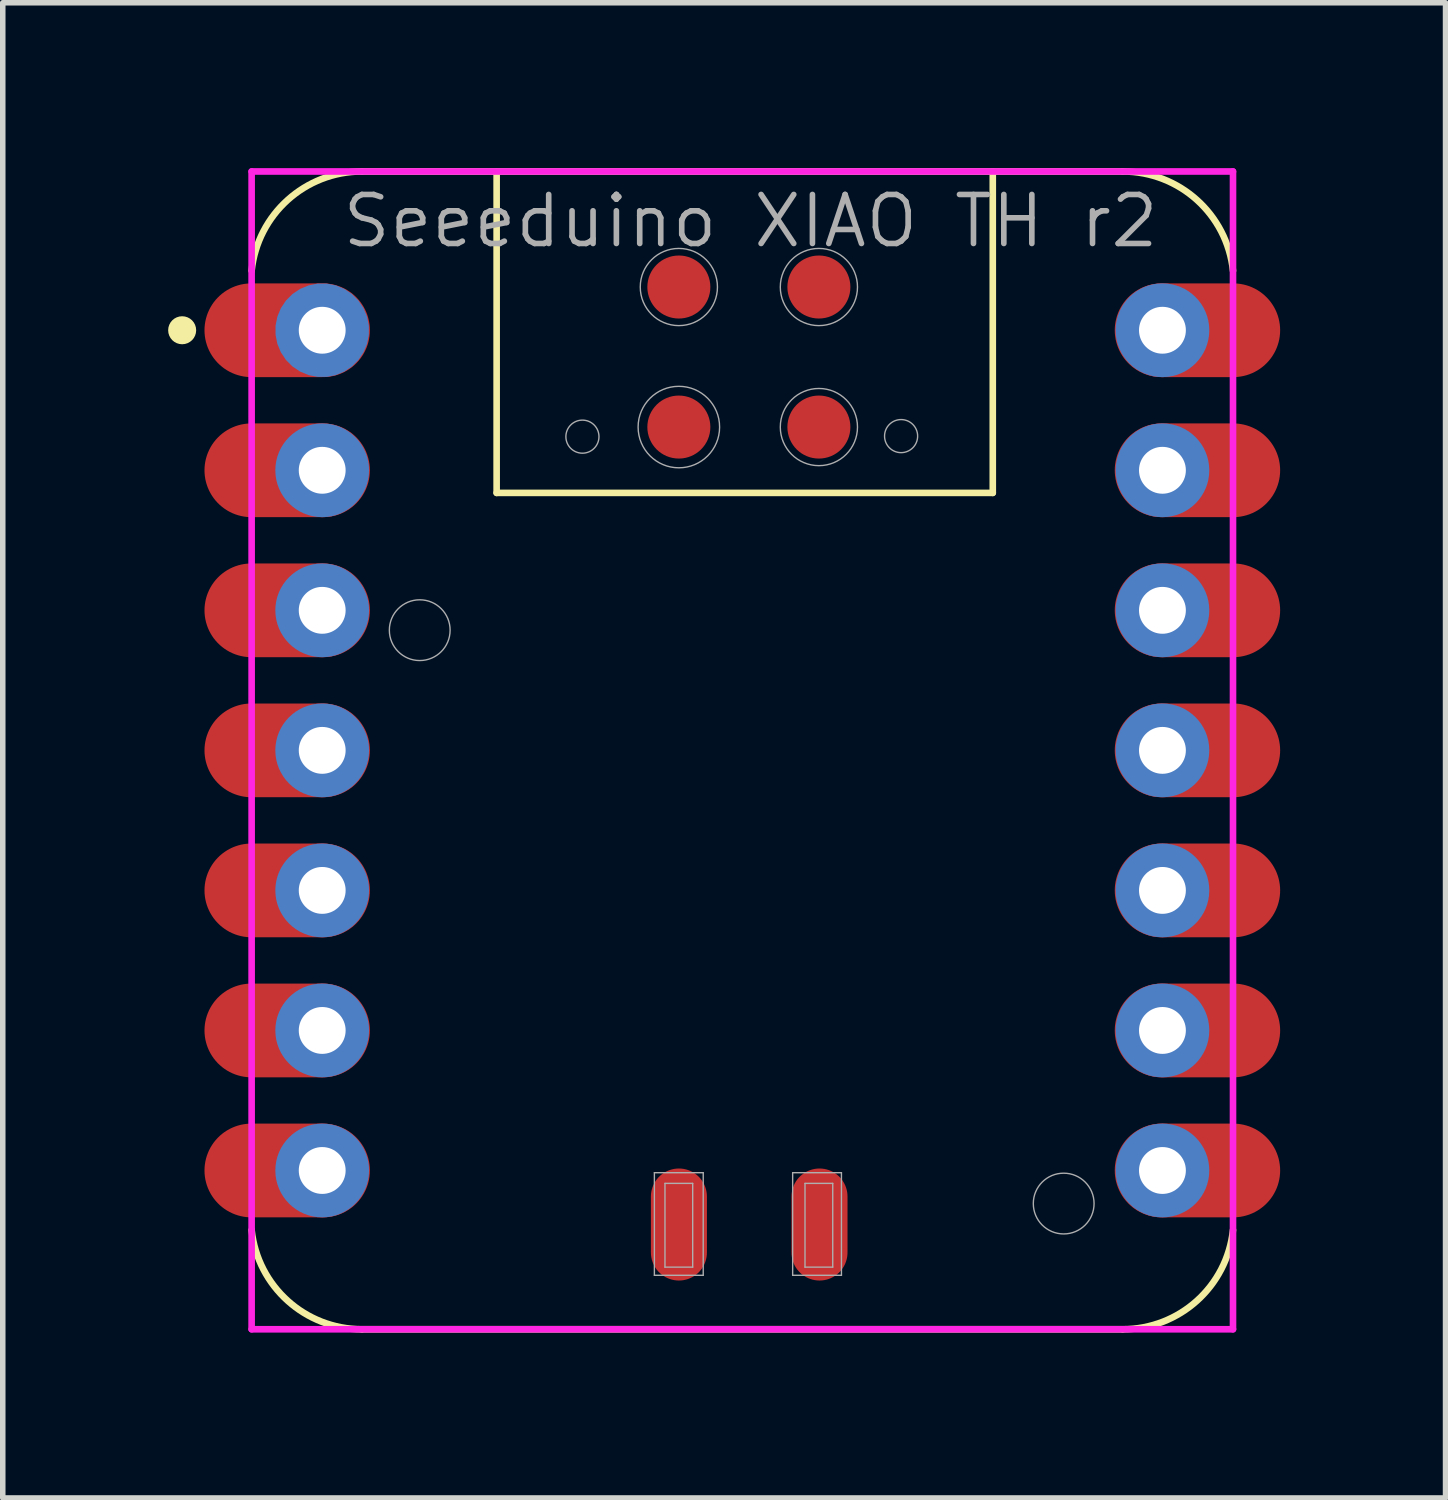
<source format=kicad_pcb>
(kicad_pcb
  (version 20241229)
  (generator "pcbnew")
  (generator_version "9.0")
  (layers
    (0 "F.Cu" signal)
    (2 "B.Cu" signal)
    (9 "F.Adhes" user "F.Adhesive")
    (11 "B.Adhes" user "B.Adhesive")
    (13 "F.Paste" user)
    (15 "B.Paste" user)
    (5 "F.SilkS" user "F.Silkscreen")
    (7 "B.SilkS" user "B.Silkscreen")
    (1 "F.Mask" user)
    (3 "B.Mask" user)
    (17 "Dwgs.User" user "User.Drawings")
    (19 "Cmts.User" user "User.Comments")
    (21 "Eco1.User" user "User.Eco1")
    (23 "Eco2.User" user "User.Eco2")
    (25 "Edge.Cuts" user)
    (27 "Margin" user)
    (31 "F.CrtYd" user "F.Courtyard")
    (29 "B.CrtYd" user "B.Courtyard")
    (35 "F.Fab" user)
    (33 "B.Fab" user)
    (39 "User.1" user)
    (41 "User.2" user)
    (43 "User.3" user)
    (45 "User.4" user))
  (footprint "Seeeduino XIAO TH r2"
    (layer "F.Cu")
    (at 10.414 10.56)
    (property "Reference" "Seeeduino XIAO TH r2" (at 0.15 -9.6 0) (layer "F.Fab") (effects (font (size 0.889 0.889) (thickness 0.102))))
    (attr through_hole)
    (fp_line (start -6.9 10.5) (end 6.9 10.5) (stroke (width 0.12) (type solid)) (layer "F.SilkS"))
    (fp_line (start -4.456 -4.67) (end -4.456 -10.5) (stroke (width 0.12) (type solid)) (layer "F.SilkS"))
    (fp_line (start 4.543 -10.5) (end 4.543 -4.67) (stroke (width 0.12) (type solid)) (layer "F.SilkS"))
    (fp_line (start 4.543 -4.67) (end -4.456 -4.67) (stroke (width 0.12) (type solid)) (layer "F.SilkS"))
    (fp_line (start 6.9 -10.5) (end -6.9 -10.5) (stroke (width 0.12) (type solid)) (layer "F.SilkS"))
    (fp_arc (start -8.899999 -8.7) (mid -8.245361 -9.983735) (end -6.899999 -10.5) (stroke (width 0.12) (type solid)) (layer "F.SilkS"))
    (fp_arc (start -6.899999 10.5) (mid -8.245362 9.983736) (end -8.899999 8.7) (stroke (width 0.12) (type solid)) (layer "F.SilkS"))
    (fp_arc (start 6.900001 -10.5) (mid 8.245364 -9.983736) (end 8.900001 -8.7) (stroke (width 0.12) (type solid)) (layer "F.SilkS"))
    (fp_arc (start 8.900001 8.7) (mid 8.245363 9.983735) (end 6.900001 10.5) (stroke (width 0.12) (type solid)) (layer "F.SilkS"))
    (fp_circle (center -10.16 -7.62) (end -10.16 -7.874) (stroke (width 0) (type solid)) (fill yes) (layer "F.SilkS"))
    (fp_line (start -8.9 -10.5) (end 8.9 -10.5) (stroke (width 0.12) (type solid)) (layer "F.CrtYd"))
    (fp_line (start -8.9 10.5) (end -8.9 -10.5) (stroke (width 0.12) (type solid)) (layer "F.CrtYd"))
    (fp_line (start -8.9 10.5) (end 8.9 10.5) (stroke (width 0.12) (type solid)) (layer "F.CrtYd"))
    (fp_line (start 8.9 10.5) (end 8.9 -10.5) (stroke (width 0.12) (type solid)) (layer "F.CrtYd"))
    (fp_line (start -6.9 10.5) (end 6.9 10.5) (stroke (width 0.025) (type solid)) (layer "F.Fab"))
    (fp_line (start -1.595 7.66) (end -0.709 7.66) (stroke (width 0.025) (type solid)) (layer "F.Fab"))
    (fp_line (start -1.595 9.521) (end -1.595 7.66) (stroke (width 0.025) (type solid)) (layer "F.Fab"))
    (fp_line (start -1.403 7.854) (end -1.403 9.373) (stroke (width 0.025) (type solid)) (layer "F.Fab"))
    (fp_line (start -1.403 7.854) (end -0.9 7.854) (stroke (width 0.025) (type solid)) (layer "F.Fab"))
    (fp_line (start -0.9 7.854) (end -0.9 9.373) (stroke (width 0.025) (type solid)) (layer "F.Fab"))
    (fp_line (start -0.9 9.373) (end -1.403 9.373) (stroke (width 0.025) (type solid)) (layer "F.Fab"))
    (fp_line (start -0.709 7.66) (end -0.709 9.521) (stroke (width 0.025) (type solid)) (layer "F.Fab"))
    (fp_line (start -0.709 9.521) (end -1.595 9.521) (stroke (width 0.025) (type solid)) (layer "F.Fab"))
    (fp_line (start 0.913 7.66) (end 1.798 7.66) (stroke (width 0.025) (type solid)) (layer "F.Fab"))
    (fp_line (start 0.913 9.521) (end 0.913 7.66) (stroke (width 0.025) (type solid)) (layer "F.Fab"))
    (fp_line (start 1.137 7.854) (end 1.64 7.854) (stroke (width 0.025) (type solid)) (layer "F.Fab"))
    (fp_line (start 1.137 9.373) (end 1.137 7.854) (stroke (width 0.025) (type solid)) (layer "F.Fab"))
    (fp_line (start 1.64 9.373) (end 1.137 9.373) (stroke (width 0.025) (type solid)) (layer "F.Fab"))
    (fp_line (start 1.64 9.373) (end 1.64 7.854) (stroke (width 0.025) (type solid)) (layer "F.Fab"))
    (fp_line (start 1.798 7.66) (end 1.798 9.521) (stroke (width 0.025) (type solid)) (layer "F.Fab"))
    (fp_line (start 1.798 9.521) (end 0.913 9.521) (stroke (width 0.025) (type solid)) (layer "F.Fab"))
    (fp_line (start 6.9 -10.5) (end -6.9 -10.5) (stroke (width 0.025) (type solid)) (layer "F.Fab"))
    (fp_circle (center -5.851 -2.18) (end -5.3 -2.18) (stroke (width 0.025) (type solid)) (fill no) (layer "F.Fab"))
    (fp_circle (center -2.9 -5.69) (end -2.6 -5.69) (stroke (width 0.025) (type solid)) (fill no) (layer "F.Fab"))
    (fp_circle (center -1.151 -8.404) (end -1.151 -9.104) (stroke (width 0.025) (type solid)) (fill no) (layer "F.Fab"))
    (fp_circle (center -1.151 -5.864) (end -1.151 -6.603) (stroke (width 0.025) (type solid)) (fill no) (layer "F.Fab"))
    (fp_circle (center 1.389 -8.404) (end 1.389 -9.104) (stroke (width 0.025) (type solid)) (fill no) (layer "F.Fab"))
    (fp_circle (center 1.389 -5.864) (end 1.389 -6.564) (stroke (width 0.025) (type solid)) (fill no) (layer "F.Fab"))
    (fp_circle (center 2.88 -5.7) (end 3.18 -5.7) (stroke (width 0.025) (type solid)) (fill no) (layer "F.Fab"))
    (fp_circle (center 5.829 8.22) (end 6.38 8.22) (stroke (width 0.025) (type solid)) (fill no) (layer "F.Fab"))
    (pad "1" smd oval (at -8.255 -7.62) (size 3 1.7) (layers "F.Cu" "F.Mask" "F.Paste"))
    (pad "1" thru_hole custom (at -7.62 -7.62) (size 1.7 1.7) (drill 0.85) (layers "*.Cu" "*.Mask") (options (anchor circle)) (primitives))
    (pad "2" smd oval (at -8.255 -5.08) (size 3 1.7) (layers "F.Cu" "F.Mask" "F.Paste"))
    (pad "2" thru_hole circle (at -7.62 -5.08) (size 1.7 1.7) (drill 0.85) (layers "*.Cu" "*.Mask"))
    (pad "3" smd oval (at -8.255 -2.54) (size 3 1.7) (layers "F.Cu" "F.Mask" "F.Paste"))
    (pad "3" thru_hole circle (at -7.62 -2.54) (size 1.7 1.7) (drill 0.85) (layers "*.Cu" "*.Mask"))
    (pad "4" smd oval (at -8.255 0) (size 3 1.7) (layers "F.Cu" "F.Mask" "F.Paste"))
    (pad "4" thru_hole circle (at -7.62 0) (size 1.7 1.7) (drill 0.85) (layers "*.Cu" "*.Mask"))
    (pad "5" smd oval (at -8.255 2.54) (size 3 1.7) (layers "F.Cu" "F.Mask" "F.Paste"))
    (pad "5" thru_hole circle (at -7.62 2.54) (size 1.7 1.7) (drill 0.85) (layers "*.Cu" "*.Mask"))
    (pad "6" smd oval (at -8.255 5.08) (size 3 1.7) (layers "F.Cu" "F.Mask" "F.Paste"))
    (pad "6" thru_hole circle (at -7.62 5.08) (size 1.7 1.7) (drill 0.85) (layers "*.Cu" "*.Mask"))
    (pad "7" smd oval (at -8.255 7.62) (size 3 1.7) (layers "F.Cu" "F.Mask" "F.Paste"))
    (pad "7" thru_hole circle (at -7.62 7.62) (size 1.7 1.7) (drill 0.85) (layers "*.Cu" "*.Mask"))
    (pad "8" thru_hole circle (at 7.62 7.62) (size 1.7 1.7) (drill 0.85) (layers "*.Cu" "*.Mask"))
    (pad "8" smd oval (at 8.255 7.62) (size 3 1.7) (layers "F.Cu" "F.Mask" "F.Paste"))
    (pad "9" thru_hole circle (at 7.62 5.08) (size 1.7 1.7) (drill 0.85) (layers "*.Cu" "*.Mask"))
    (pad "9" smd oval (at 8.255 5.08) (size 3 1.7) (layers "F.Cu" "F.Mask" "F.Paste"))
    (pad "10" thru_hole circle (at 7.62 2.54) (size 1.7 1.7) (drill 0.85) (layers "*.Cu" "*.Mask"))
    (pad "10" smd oval (at 8.255 2.54) (size 3 1.7) (layers "F.Cu" "F.Mask" "F.Paste"))
    (pad "11" thru_hole circle (at 7.62 0) (size 1.7 1.7) (drill 0.85) (layers "*.Cu" "*.Mask"))
    (pad "11" smd oval (at 8.255 0) (size 3 1.7) (layers "F.Cu" "F.Mask" "F.Paste"))
    (pad "12" thru_hole circle (at 7.62 -2.54) (size 1.7 1.7) (drill 0.85) (layers "*.Cu" "*.Mask"))
    (pad "12" smd oval (at 8.255 -2.54) (size 3 1.7) (layers "F.Cu" "F.Mask" "F.Paste"))
    (pad "13" thru_hole circle (at 7.62 -5.08) (size 1.7 1.7) (drill 0.85) (layers "*.Cu" "*.Mask"))
    (pad "13" smd oval (at 8.255 -5.08) (size 3 1.7) (layers "F.Cu" "F.Mask" "F.Paste"))
    (pad "14" thru_hole circle (at 7.62 -7.62) (size 1.7 1.7) (drill 0.85) (layers "*.Cu" "*.Mask"))
    (pad "14" smd oval (at 8.255 -7.62) (size 3 1.7) (layers "F.Cu" "F.Mask" "F.Paste"))
    (pad "15" smd oval (at -1.15 8.6 90) (size 2.032 1.016) (layers "F.Cu" "F.Mask" "F.Paste"))
    (pad "16" smd oval (at 1.4 8.6 90) (size 2.032 1.016) (layers "F.Cu" "F.Mask" "F.Paste"))
    (pad "17" smd circle (at -1.151 -8.404 90) (size 1.143 1.143) (layers "F.Cu" "F.Mask" "F.Paste"))
    (pad "18" smd circle (at 1.389 -8.404 90) (size 1.143 1.143) (layers "F.Cu" "F.Mask" "F.Paste"))
    (pad "19" smd circle (at -1.151 -5.864 90) (size 1.143 1.143) (layers "F.Cu" "F.Mask" "F.Paste"))
    (pad "20" smd circle (at 1.389 -5.864 90) (size 1.143 1.143) (layers "F.Cu" "F.Mask" "F.Paste")))
  (gr_rect
    (start -3 -3)
    (end 23.169 24.12)
    (stroke (width 0.1) (type default))
    (fill no)
    (layer "Edge.Cuts")))
</source>
